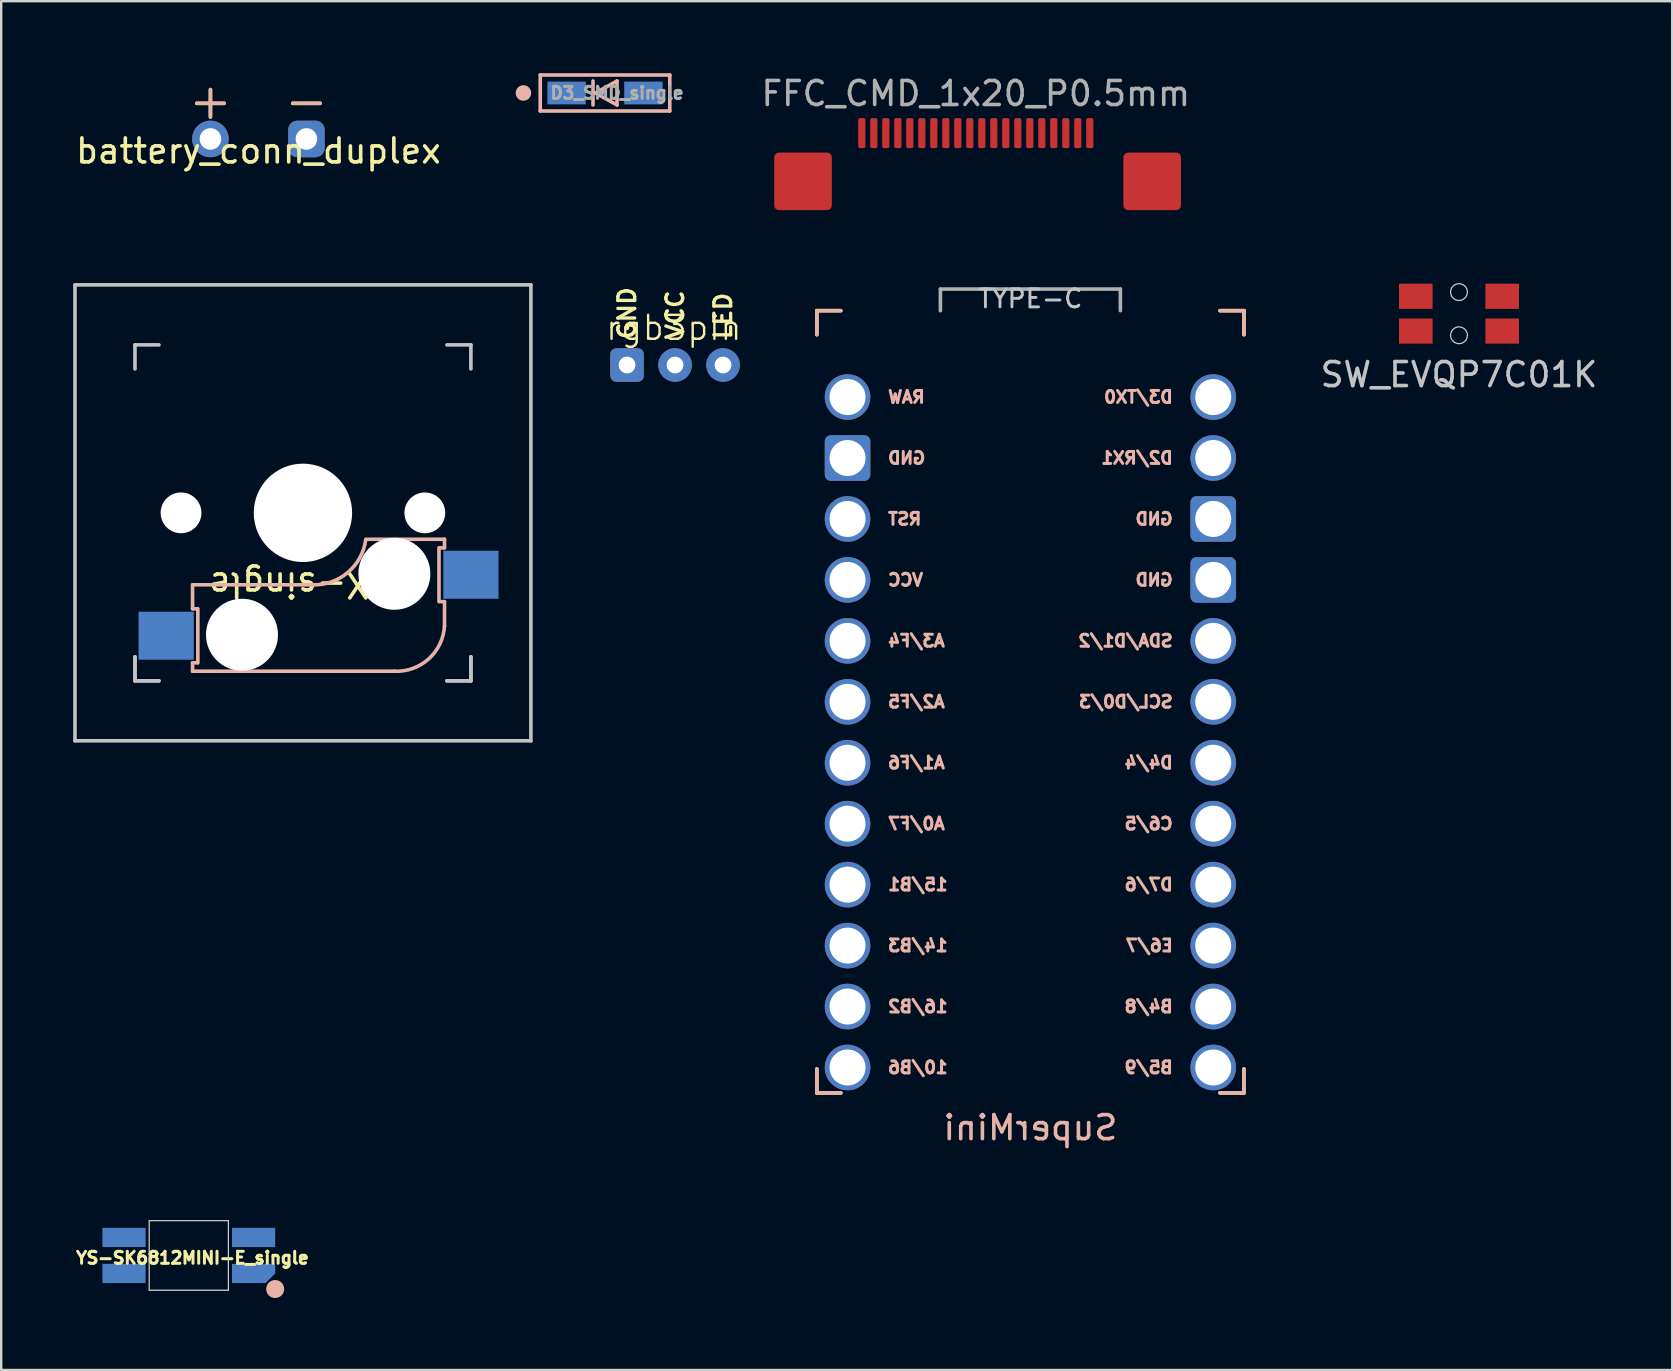
<source format=kicad_pcb>
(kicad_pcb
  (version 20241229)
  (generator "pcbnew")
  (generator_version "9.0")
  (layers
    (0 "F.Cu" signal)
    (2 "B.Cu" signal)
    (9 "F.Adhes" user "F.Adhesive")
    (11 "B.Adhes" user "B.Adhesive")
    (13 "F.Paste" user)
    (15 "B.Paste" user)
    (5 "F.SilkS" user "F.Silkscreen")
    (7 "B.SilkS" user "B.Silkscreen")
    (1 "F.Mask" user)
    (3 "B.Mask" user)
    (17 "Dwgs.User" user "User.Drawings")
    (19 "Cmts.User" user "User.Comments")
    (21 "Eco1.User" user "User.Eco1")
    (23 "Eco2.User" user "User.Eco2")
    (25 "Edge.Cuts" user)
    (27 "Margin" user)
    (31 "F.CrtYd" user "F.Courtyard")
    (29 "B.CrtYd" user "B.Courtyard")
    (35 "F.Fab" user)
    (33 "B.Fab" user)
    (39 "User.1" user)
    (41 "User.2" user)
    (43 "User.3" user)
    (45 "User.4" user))
  (footprint "YS-SK6812MINI-E_single"
    (layer "F.Cu")
    (at 4.818 49.271)
    (property "Reference" "YS-SK6812MINI-E_single" (at 0.152 0.102 180) (layer "F.SilkS") (effects (font (size 0.5 0.5) (thickness 0.125))))
    (attr smd)
    (fp_circle (center 3.6 1.4) (end 3.9 1.4) (stroke (width 0.15) (type solid)) (fill yes) (layer "B.SilkS"))
    (fp_line (start -1.65 -1.45) (end -1.65 1.45) (stroke (width 0.05) (type solid)) (layer "Edge.Cuts"))
    (fp_line (start -1.65 1.45) (end 1.65 1.45) (stroke (width 0.05) (type solid)) (layer "Edge.Cuts"))
    (fp_line (start 1.65 -1.45) (end -1.65 -1.45) (stroke (width 0.05) (type solid)) (layer "Edge.Cuts"))
    (fp_line (start 1.65 1.45) (end 1.65 -1.45) (stroke (width 0.05) (type solid)) (layer "Edge.Cuts"))
    (pad "1" smd rect (at -2.7 -0.75) (size 1.8 0.8) (layers "B.Cu" "B.Mask" "B.Paste"))
    (pad "2" smd rect (at -2.7 0.75) (size 1.8 0.8) (layers "B.Cu" "B.Mask" "B.Paste"))
    (pad "3" smd roundrect (at 2.7 0.75) (size 1.8 0.8) (layers "B.Cu" "B.Paste") (roundrect_rratio 0) (chamfer_ratio 0.5) (chamfer bottom_right))
    (pad "4" smd rect (at 2.7 -0.75) (size 1.8 0.8) (layers "B.Cu" "B.Mask" "B.Paste")))
  (footprint "MX-single"
    (layer "F.Cu")
    (at 9.575 18.323)
    (property "Reference" "MX-single" (at 0 3 180) (unlocked yes) (layer "F.SilkS") (effects (font (size 1 1) (thickness 0.15))))
    (attr through_hole)
    (fp_line (start -4.6 3) (end -4.6 4) (stroke (width 0.15) (type solid)) (layer "B.SilkS"))
    (fp_line (start -4.6 4) (end -4.4 4) (stroke (width 0.15) (type solid)) (layer "B.SilkS"))
    (fp_line (start -4.6 6.25) (end -4.6 6.6) (stroke (width 0.15) (type solid)) (layer "B.SilkS"))
    (fp_line (start -4.6 6.6) (end 3.8 6.6) (stroke (width 0.15) (type solid)) (layer "B.SilkS"))
    (fp_line (start -4.4 6.25) (end -4.6 6.25) (stroke (width 0.15) (type solid)) (layer "B.SilkS"))
    (fp_line (start -4.38 4) (end -4.38 6.25) (stroke (width 0.15) (type solid)) (layer "B.SilkS"))
    (fp_line (start 0.4 3) (end -4.6 3) (stroke (width 0.15) (type solid)) (layer "B.SilkS"))
    (fp_line (start 5.67 3.7) (end 5.67 1.46) (stroke (width 0.15) (type solid)) (layer "B.SilkS"))
    (fp_line (start 5.7 1.46) (end 5.9 1.46) (stroke (width 0.15) (type solid)) (layer "B.SilkS"))
    (fp_line (start 5.9 1.1) (end 2.62 1.1) (stroke (width 0.15) (type solid)) (layer "B.SilkS"))
    (fp_line (start 5.9 1.1) (end 5.9 1.46) (stroke (width 0.15) (type solid)) (layer "B.SilkS"))
    (fp_line (start 5.9 3.7) (end 5.7 3.7) (stroke (width 0.15) (type solid)) (layer "B.SilkS"))
    (fp_line (start 5.9 4.7) (end 5.9 3.7) (stroke (width 0.15) (type solid)) (layer "B.SilkS"))
    (fp_arc (start 2.616318 1.121471) (mid 1.868709 2.486118) (end 0.4 3) (stroke (width 0.15) (type solid)) (layer "B.SilkS"))
    (fp_arc (start 5.9 4.699999) (mid 5.243504 6.084924) (end 3.800001 6.6) (stroke (width 0.15) (type solid)) (layer "B.SilkS"))
    (fp_line (start -9.5 -9.5) (end 9.5 -9.5) (stroke (width 0.15) (type solid)) (layer "Dwgs.User"))
    (fp_line (start -9.5 9.5) (end -9.5 -9.5) (stroke (width 0.15) (type solid)) (layer "Dwgs.User"))
    (fp_line (start -7 -7) (end -6 -7) (stroke (width 0.15) (type solid)) (layer "Dwgs.User"))
    (fp_line (start -7 -6) (end -7 -7) (stroke (width 0.15) (type solid)) (layer "Dwgs.User"))
    (fp_line (start -7 6) (end -7 7) (stroke (width 0.15) (type solid)) (layer "Dwgs.User"))
    (fp_line (start -7 7) (end -7 6) (stroke (width 0.15) (type solid)) (layer "Dwgs.User"))
    (fp_line (start -7 7) (end -6 7) (stroke (width 0.15) (type solid)) (layer "Dwgs.User"))
    (fp_line (start -7 7) (end -6 7) (stroke (width 0.15) (type solid)) (layer "Dwgs.User"))
    (fp_line (start 6 7) (end 7 7) (stroke (width 0.15) (type solid)) (layer "Dwgs.User"))
    (fp_line (start 7 -7) (end 6 -7) (stroke (width 0.15) (type solid)) (layer "Dwgs.User"))
    (fp_line (start 7 -7) (end 7 -6) (stroke (width 0.15) (type solid)) (layer "Dwgs.User"))
    (fp_line (start 7 6) (end 7 7) (stroke (width 0.15) (type solid)) (layer "Dwgs.User"))
    (fp_line (start 7 7) (end 6 7) (stroke (width 0.15) (type solid)) (layer "Dwgs.User"))
    (fp_line (start 7 7) (end 7 6) (stroke (width 0.15) (type solid)) (layer "Dwgs.User"))
    (fp_line (start 9.5 -9.5) (end 9.5 9.5) (stroke (width 0.15) (type solid)) (layer "Dwgs.User"))
    (fp_line (start 9.5 9.5) (end -9.5 9.5) (stroke (width 0.15) (type solid)) (layer "Dwgs.User"))
    (fp_line (start -5.7 5.12) (end -7.2 5.12) (stroke (width 0.2) (type solid)) (layer "User.1"))
    (fp_line (start 0 0) (end 0 -5.08) (stroke (width 0.1) (type solid)) (layer "User.1"))
    (fp_line (start 0 0) (end 0 8.2) (stroke (width 0.1) (type solid)) (layer "User.1"))
    (fp_line (start 9.5 0) (end 7 2.58) (stroke (width 0.1) (type default)) (layer "User.1"))
    (pad "" np_thru_hole circle (at -5.08 0) (size 1.7 1.7) (drill 1.9) (layers "*.Cu" "*.Mask"))
    (pad "" np_thru_hole circle (at -2.54 5.08) (size 3 3) (drill 3) (layers "*.Cu" "*.Mask"))
    (pad "" np_thru_hole circle (at 0 0 270) (size 4.1 4.1) (drill 4.1) (layers "*.Cu" "*.Mask"))
    (pad "" np_thru_hole circle (at 3.81 2.54) (size 3 3) (drill 3) (layers "*.Cu" "*.Mask"))
    (pad "" np_thru_hole circle (at 5.08 0) (size 1.7 1.7) (drill 1.7) (layers "*.Cu" "*.Mask"))
    (pad "1" smd rect (at -5.7 5.12) (size 2.3 2) (layers "B.Cu" "B.Mask" "B.Paste"))
    (pad "2" smd rect (at 7 2.58) (size 2.3 2) (layers "B.Cu" "B.Mask" "B.Paste")))
  (footprint "rgb3pin"
    (layer "F.Cu")
    (at 25.083 12.162)
    (property "Reference" "rgb3pin" (at -0.05 -1.55 0) (unlocked yes) (layer "F.SilkS") (effects (font (size 1 1) (thickness 0.1))))
    (attr through_hole)
    (fp_text user "GND" (at -2 -1 90) (unlocked yes) (layer "F.SilkS") (effects (font (size 0.7 0.7) (thickness 0.14) (bold yes)) (justify left)))
    (fp_text user "LED" (at 2 -1 90) (unlocked yes) (layer "F.SilkS") (effects (font (size 0.7 0.7) (thickness 0.14) (bold yes)) (justify left)))
    (fp_text user "VCC" (at 0 -1 90) (unlocked yes) (layer "F.SilkS") (effects (font (size 0.7 0.7) (thickness 0.14) (bold yes)) (justify left)))
    (pad "1" thru_hole roundrect (at -2 0) (size 1.4 1.4) (drill 0.7) (layers "*.Cu" "*.Paste" "*.Mask") (roundrect_rratio 0.179))
    (pad "2" thru_hole circle (at 0 0) (size 1.4 1.4) (drill 0.7) (layers "*.Cu" "*.Paste" "*.Mask"))
    (pad "3" thru_hole circle (at 2 0) (size 1.4 1.4) (drill 0.7) (layers "*.Cu" "*.Paste" "*.Mask")))
  (footprint "FFC_CMD_1x20_P0.5mm"
    (layer "F.Cu")
    (at 37.617 5.498)
    (property "Reference" "FFC_CMD_1x20_P0.5mm" (at 0 -4.65 0) (layer "F.Fab") (effects (font (size 1 1) (thickness 0.15))))
    (attr smd)
    (pad "" smd roundrect (at -7.2 -0.99) (size 2.4 2.4) (layers "F.Cu" "F.Mask" "F.Paste") (roundrect_rratio 0.083))
    (pad "" smd roundrect (at 7.35 -0.99) (size 2.4 2.4) (layers "F.Cu" "F.Mask" "F.Paste") (roundrect_rratio 0.083))
    (pad "1" smd roundrect (at -4.75 -3) (size 0.3 1.25) (layers "F.Cu" "F.Mask" "F.Paste") (roundrect_rratio 0.25))
    (pad "2" smd roundrect (at -4.25 -3) (size 0.3 1.25) (layers "F.Cu" "F.Mask" "F.Paste") (roundrect_rratio 0.25))
    (pad "3" smd roundrect (at -3.75 -3) (size 0.3 1.25) (layers "F.Cu" "F.Mask" "F.Paste") (roundrect_rratio 0.25))
    (pad "4" smd roundrect (at -3.25 -3) (size 0.3 1.25) (layers "F.Cu" "F.Mask" "F.Paste") (roundrect_rratio 0.25))
    (pad "5" smd roundrect (at -2.75 -3) (size 0.3 1.25) (layers "F.Cu" "F.Mask" "F.Paste") (roundrect_rratio 0.25))
    (pad "6" smd roundrect (at -2.25 -3) (size 0.3 1.25) (layers "F.Cu" "F.Mask" "F.Paste") (roundrect_rratio 0.25))
    (pad "7" smd roundrect (at -1.75 -3) (size 0.3 1.25) (layers "F.Cu" "F.Mask" "F.Paste") (roundrect_rratio 0.25))
    (pad "8" smd roundrect (at -1.25 -3) (size 0.3 1.25) (layers "F.Cu" "F.Mask" "F.Paste") (roundrect_rratio 0.25))
    (pad "9" smd roundrect (at -0.75 -3) (size 0.3 1.25) (layers "F.Cu" "F.Mask" "F.Paste") (roundrect_rratio 0.25))
    (pad "10" smd roundrect (at -0.25 -3) (size 0.3 1.25) (layers "F.Cu" "F.Mask" "F.Paste") (roundrect_rratio 0.25))
    (pad "11" smd roundrect (at 0.25 -3) (size 0.3 1.25) (layers "F.Cu" "F.Mask" "F.Paste") (roundrect_rratio 0.25))
    (pad "12" smd roundrect (at 0.75 -3) (size 0.3 1.25) (layers "F.Cu" "F.Mask" "F.Paste") (roundrect_rratio 0.25))
    (pad "13" smd roundrect (at 1.25 -3) (size 0.3 1.25) (layers "F.Cu" "F.Mask" "F.Paste") (roundrect_rratio 0.25))
    (pad "14" smd roundrect (at 1.75 -3) (size 0.3 1.25) (layers "F.Cu" "F.Mask" "F.Paste") (roundrect_rratio 0.25))
    (pad "15" smd roundrect (at 2.25 -3) (size 0.3 1.25) (layers "F.Cu" "F.Mask" "F.Paste") (roundrect_rratio 0.25))
    (pad "16" smd roundrect (at 2.75 -3) (size 0.3 1.25) (layers "F.Cu" "F.Mask" "F.Paste") (roundrect_rratio 0.25))
    (pad "17" smd roundrect (at 3.25 -3) (size 0.3 1.25) (layers "F.Cu" "F.Mask" "F.Paste") (roundrect_rratio 0.25))
    (pad "18" smd roundrect (at 3.75 -3) (size 0.3 1.25) (layers "F.Cu" "F.Mask" "F.Paste") (roundrect_rratio 0.25))
    (pad "19" smd roundrect (at 4.25 -3) (size 0.3 1.25) (layers "F.Cu" "F.Mask" "F.Paste") (roundrect_rratio 0.25))
    (pad "20" smd roundrect (at 4.75 -3) (size 0.3 1.25) (layers "F.Cu" "F.Mask" "F.Paste") (roundrect_rratio 0.25)))
  (footprint "SW_EVQP7C01K"
    (layer "F.Cu")
    (at 57.754 10.023)
    (property "Reference" "SW_EVQP7C01K" (at 0 2.54 0) (layer "Dwgs.User") (effects (font (size 1 1) (thickness 0.15))))
    (attr through_hole)
    (fp_circle (center 0 -0.9) (end 0.35 -0.9) (stroke (width 0.05) (type solid)) (fill no) (layer "Edge.Cuts"))
    (fp_circle (center 0 0.9) (end 0.35 0.9) (stroke (width 0.05) (type solid)) (fill no) (layer "Edge.Cuts"))
    (pad "1" smd rect (at -1.8 -0.725) (size 1.4 1.05) (layers "F.Cu" "F.Mask" "F.Paste"))
    (pad "1" smd rect (at 1.8 -0.725) (size 1.4 1.05) (layers "F.Cu" "F.Mask" "F.Paste"))
    (pad "2" smd rect (at -1.8 0.725) (size 1.4 1.05) (layers "F.Cu" "F.Mask" "F.Paste"))
    (pad "2" smd rect (at 1.8 0.725) (size 1.4 1.05) (layers "F.Cu" "F.Mask" "F.Paste")))
  (footprint "SuperMini"
    (layer "F.Cu")
    (at 39.892 26.198)
    (property "Reference" "SuperMini" (at 0 17.75 0) (layer "B.SilkS") (effects (font (size 1 1) (thickness 0.15)) (justify mirror)))
    (fp_line (start -8.9 -16.3) (end -8.9 -15.3) (stroke (width 0.15) (type solid)) (layer "F.SilkS"))
    (fp_line (start -8.9 -16.3) (end -7.9 -16.3) (stroke (width 0.15) (type solid)) (layer "F.SilkS"))
    (fp_line (start -8.9 15.3) (end -8.9 16.3) (stroke (width 0.15) (type solid)) (layer "F.SilkS"))
    (fp_line (start -8.9 16.3) (end -7.9 16.3) (stroke (width 0.15) (type solid)) (layer "F.SilkS"))
    (fp_line (start 8.9 -16.3) (end 7.9 -16.3) (stroke (width 0.15) (type solid)) (layer "F.SilkS"))
    (fp_line (start 8.9 -16.3) (end 8.9 -15.3) (stroke (width 0.15) (type solid)) (layer "F.SilkS"))
    (fp_line (start 8.9 15.3) (end 8.9 16.3) (stroke (width 0.15) (type solid)) (layer "F.SilkS"))
    (fp_line (start 8.9 16.3) (end 7.9 16.3) (stroke (width 0.15) (type solid)) (layer "F.SilkS"))
    (fp_line (start -8.9 -16.3) (end -8.9 -15.3) (stroke (width 0.15) (type solid)) (layer "B.SilkS"))
    (fp_line (start -8.9 -16.3) (end -7.9 -16.3) (stroke (width 0.15) (type solid)) (layer "B.SilkS"))
    (fp_line (start -8.9 15.3) (end -8.9 16.3) (stroke (width 0.15) (type solid)) (layer "B.SilkS"))
    (fp_line (start -8.9 16.3) (end -7.9 16.3) (stroke (width 0.15) (type solid)) (layer "B.SilkS"))
    (fp_line (start 8.9 -16.3) (end 7.9 -16.3) (stroke (width 0.15) (type solid)) (layer "B.SilkS"))
    (fp_line (start 8.9 -16.3) (end 8.9 -15.3) (stroke (width 0.15) (type solid)) (layer "B.SilkS"))
    (fp_line (start 8.9 15.3) (end 8.9 16.3) (stroke (width 0.15) (type solid)) (layer "B.SilkS"))
    (fp_line (start 8.9 16.3) (end 7.9 16.3) (stroke (width 0.15) (type solid)) (layer "B.SilkS"))
    (fp_line (start -8.9 -16.3) (end -3.75 -16.3) (stroke (width 0.15) (type solid)) (layer "Eco1.User"))
    (fp_line (start -8.9 16.3) (end -8.9 -16.3) (stroke (width 0.15) (type solid)) (layer "Eco1.User"))
    (fp_line (start -8.9 16.3) (end 8.9 16.3) (stroke (width 0.15) (type solid)) (layer "Eco1.User"))
    (fp_line (start -3.75 -16.3) (end 3.75 -16.3) (stroke (width 0.15) (type solid)) (layer "Eco1.User"))
    (fp_line (start 3.75 -16.3) (end 8.9 -16.3) (stroke (width 0.15) (type solid)) (layer "Eco1.User"))
    (fp_line (start 8.9 -16.3) (end 8.9 16.3) (stroke (width 0.15) (type solid)) (layer "Eco1.User"))
    (fp_line (start -3.75 -17.2) (end -3.75 -16.3) (stroke (width 0.15) (type solid)) (layer "F.Fab"))
    (fp_line (start -3.75 -17.2) (end 3.75 -17.2) (stroke (width 0.15) (type solid)) (layer "F.Fab"))
    (fp_line (start 3.75 -17.2) (end 3.75 -16.3) (stroke (width 0.15) (type solid)) (layer "F.Fab"))
    (fp_text user "VCC" (at -6 -5.08 0) (unlocked yes) (layer "B.SilkS") (effects (font (size 0.5 0.5) (thickness 0.125)) (justify right mirror)))
    (fp_text user "15/B1" (at -6 7.62 0) (unlocked yes) (layer "B.SilkS") (effects (font (size 0.5 0.5) (thickness 0.125)) (justify right mirror)))
    (fp_text user "E6/7" (at 6 10.16 0) (unlocked yes) (layer "B.SilkS") (effects (font (size 0.5 0.5) (thickness 0.125)) (justify left mirror)))
    (fp_text user "10/B6" (at -6 15.24 0) (unlocked yes) (layer "B.SilkS") (effects (font (size 0.5 0.5) (thickness 0.125)) (justify right mirror)))
    (fp_text user "14/B3" (at -6 10.16 0) (unlocked yes) (layer "B.SilkS") (effects (font (size 0.5 0.5) (thickness 0.125)) (justify right mirror)))
    (fp_text user "B5/9" (at 6 15.24 0) (unlocked yes) (layer "B.SilkS") (effects (font (size 0.5 0.5) (thickness 0.125)) (justify left mirror)))
    (fp_text user "GND" (at 6 -5.08 0) (unlocked yes) (layer "B.SilkS") (effects (font (size 0.5 0.5) (thickness 0.125)) (justify left mirror)))
    (fp_text user "RAW" (at -6 -12.7 0) (unlocked yes) (layer "B.SilkS") (effects (font (size 0.5 0.5) (thickness 0.125)) (justify right mirror)))
    (fp_text user "RST" (at -6 -7.62 0) (unlocked yes) (layer "B.SilkS") (effects (font (size 0.5 0.5) (thickness 0.125)) (justify right mirror)))
    (fp_text user "SDA/D1/2" (at 6 -2.54 0) (unlocked yes) (layer "B.SilkS") (effects (font (size 0.5 0.5) (thickness 0.125)) (justify left mirror)))
    (fp_text user "A3/F4" (at -6 -2.54 0) (unlocked yes) (layer "B.SilkS") (effects (font (size 0.5 0.5) (thickness 0.125)) (justify right mirror)))
    (fp_text user "SCL/D0/3" (at 6 0 0) (unlocked yes) (layer "B.SilkS") (effects (font (size 0.5 0.5) (thickness 0.125)) (justify left mirror)))
    (fp_text user "D7/6" (at 6 7.62 0) (unlocked yes) (layer "B.SilkS") (effects (font (size 0.5 0.5) (thickness 0.125)) (justify left mirror)))
    (fp_text user "A1/F6" (at -6 2.54 0) (unlocked yes) (layer "B.SilkS") (effects (font (size 0.5 0.5) (thickness 0.125)) (justify right mirror)))
    (fp_text user "GND" (at -6 -10.16 0) (unlocked yes) (layer "B.SilkS") (effects (font (size 0.5 0.5) (thickness 0.125)) (justify right mirror)))
    (fp_text user "A0/F7" (at -6 5.08 0) (unlocked yes) (layer "B.SilkS") (effects (font (size 0.5 0.5) (thickness 0.125)) (justify right mirror)))
    (fp_text user "GND" (at 6 -7.62 0) (unlocked yes) (layer "B.SilkS") (effects (font (size 0.5 0.5) (thickness 0.125)) (justify left mirror)))
    (fp_text user "16/B2" (at -6 12.7 0) (unlocked yes) (layer "B.SilkS") (effects (font (size 0.5 0.5) (thickness 0.125)) (justify right mirror)))
    (fp_text user "B4/8" (at 6 12.7 0) (unlocked yes) (layer "B.SilkS") (effects (font (size 0.5 0.5) (thickness 0.125)) (justify left mirror)))
    (fp_text user "A2/F5" (at -6 0 0) (unlocked yes) (layer "B.SilkS") (effects (font (size 0.5 0.5) (thickness 0.125)) (justify right mirror)))
    (fp_text user "D3/TX0" (at 6 -12.7 0) (unlocked yes) (layer "B.SilkS") (effects (font (size 0.5 0.5) (thickness 0.125)) (justify left mirror)))
    (fp_text user "D2/RX1" (at 6 -10.16 0) (unlocked yes) (layer "B.SilkS") (effects (font (size 0.5 0.5) (thickness 0.125)) (justify left mirror)))
    (fp_text user "C6/5" (at 6 5.08 0) (unlocked yes) (layer "B.SilkS") (effects (font (size 0.5 0.5) (thickness 0.125)) (justify left mirror)))
    (fp_text user "D4/4" (at 6 2.54 0) (unlocked yes) (layer "B.SilkS") (effects (font (size 0.5 0.5) (thickness 0.125)) (justify left mirror)))
    (fp_text user "TYPE-C" (at 0 -16.8 0) (layer "Dwgs.User") (effects (font (size 0.75 0.75) (thickness 0.12))))
    (pad "1" thru_hole oval (at 7.62 -12.7) (size 1.9 1.9) (drill 1.5) (layers "*.Cu" "*.Paste" "*.Mask"))
    (pad "2" thru_hole oval (at 7.62 -10.16) (size 1.9 1.9) (drill 1.5) (layers "*.Cu" "*.Paste" "*.Mask"))
    (pad "3" thru_hole roundrect (at 7.62 -7.62) (size 1.9 1.9) (drill 1.5) (layers "*.Cu" "*.Paste" "*.Mask") (roundrect_rratio 0.132))
    (pad "4" thru_hole roundrect (at 7.62 -5.08) (size 1.9 1.9) (drill 1.5) (layers "*.Cu" "*.Paste" "*.Mask") (roundrect_rratio 0.132))
    (pad "5" thru_hole oval (at 7.62 -2.54) (size 1.9 1.9) (drill 1.5) (layers "*.Cu" "*.Paste" "*.Mask"))
    (pad "6" thru_hole oval (at 7.62 0) (size 1.9 1.9) (drill 1.5) (layers "*.Cu" "*.Paste" "*.Mask"))
    (pad "7" thru_hole oval (at 7.62 2.54) (size 1.9 1.9) (drill 1.5) (layers "*.Cu" "*.Paste" "*.Mask"))
    (pad "8" thru_hole oval (at 7.62 5.08) (size 1.9 1.9) (drill 1.5) (layers "*.Cu" "*.Paste" "*.Mask"))
    (pad "9" thru_hole oval (at 7.62 7.62) (size 1.9 1.9) (drill 1.5) (layers "*.Cu" "*.Paste" "*.Mask"))
    (pad "10" thru_hole oval (at 7.62 10.16) (size 1.9 1.9) (drill 1.5) (layers "*.Cu" "*.Paste" "*.Mask"))
    (pad "11" thru_hole oval (at 7.62 12.7) (size 1.9 1.9) (drill 1.5) (layers "*.Cu" "*.Paste" "*.Mask"))
    (pad "12" thru_hole oval (at 7.62 15.24) (size 1.9 1.9) (drill 1.5) (layers "*.Cu" "*.Paste" "*.Mask"))
    (pad "13" thru_hole oval (at -7.62 15.24) (size 1.9 1.9) (drill 1.5) (layers "*.Cu" "*.Paste" "*.Mask"))
    (pad "14" thru_hole oval (at -7.62 12.7) (size 1.9 1.9) (drill 1.5) (layers "*.Cu" "*.Paste" "*.Mask"))
    (pad "15" thru_hole oval (at -7.62 10.16) (size 1.9 1.9) (drill 1.5) (layers "*.Cu" "*.Paste" "*.Mask"))
    (pad "16" thru_hole oval (at -7.62 7.62) (size 1.9 1.9) (drill 1.5) (layers "*.Cu" "*.Paste" "*.Mask"))
    (pad "17" thru_hole oval (at -7.62 5.08) (size 1.9 1.9) (drill 1.5) (layers "*.Cu" "*.Paste" "*.Mask"))
    (pad "18" thru_hole oval (at -7.62 2.54) (size 1.9 1.9) (drill 1.5) (layers "*.Cu" "*.Paste" "*.Mask"))
    (pad "19" thru_hole oval (at -7.62 0) (size 1.9 1.9) (drill 1.5) (layers "*.Cu" "*.Paste" "*.Mask"))
    (pad "20" thru_hole oval (at -7.62 -2.54) (size 1.9 1.9) (drill 1.5) (layers "*.Cu" "*.Paste" "*.Mask"))
    (pad "21" thru_hole oval (at -7.62 -5.08) (size 1.9 1.9) (drill 1.5) (layers "*.Cu" "*.Paste" "*.Mask"))
    (pad "22" thru_hole oval (at -7.62 -7.62) (size 1.9 1.9) (drill 1.5) (layers "*.Cu" "*.Paste" "*.Mask"))
    (pad "23" thru_hole roundrect (at -7.62 -10.16) (size 1.9 1.9) (drill 1.5) (layers "*.Cu" "*.Paste" "*.Mask") (roundrect_rratio 0.132))
    (pad "24" thru_hole oval (at -7.62 -12.7) (size 1.9 1.9) (drill 1.5) (layers "*.Cu" "*.Paste" "*.Mask")))
  (footprint "battery_conn_duplex"
    (layer "F.Cu")
    (at 7.72 2.741)
    (property "Reference" "battery_conn_duplex" (at 0 0.5 0) (layer "F.SilkS") (effects (font (size 1 1) (thickness 0.15))))
    (attr through_hole)
    (fp_text user "-" (at 2 -1.6 0) (layer "F.SilkS") (effects (font (size 1.5 1.5) (thickness 0.15))))
    (fp_text user "+" (at -2 -1.6 0) (layer "F.SilkS") (effects (font (size 1.5 1.5) (thickness 0.15))))
    (fp_text user "-" (at 2 -1.6 0) (layer "B.SilkS") (effects (font (size 1.5 1.5) (thickness 0.15)) (justify mirror)))
    (fp_text user "+" (at -2 -1.6 0) (layer "B.SilkS") (effects (font (size 1.5 1.5) (thickness 0.15)) (justify mirror)))
    (pad "1" thru_hole circle (at -2 0 90) (size 1.524 1.524) (drill 0.9) (layers "*.Cu" "*.Paste" "*.Mask"))
    (pad "2" thru_hole roundrect (at 2 0) (size 1.524 1.524) (drill 0.9) (layers "*.Cu" "*.Paste" "*.Mask") (roundrect_rratio 0.25)))
  (footprint "D3_SMD_single"
    (layer "F.Cu")
    (at 22.164 0.825)
    (property "Reference" "D3_SMD_single" (at 0.5 0 0) (layer "F.Fab") (effects (font (size 0.5 0.5) (thickness 0.125))))
    (attr smd)
    (fp_line (start -2.7 -0.75) (end -2.7 0.75) (stroke (width 0.15) (type solid)) (layer "B.SilkS"))
    (fp_line (start -2.7 0.75) (end 2.7 0.75) (stroke (width 0.15) (type solid)) (layer "B.SilkS"))
    (fp_line (start -0.5 -0.5) (end -0.5 0.5) (stroke (width 0.15) (type solid)) (layer "B.SilkS"))
    (fp_line (start -0.4 0) (end 0.5 -0.5) (stroke (width 0.15) (type solid)) (layer "B.SilkS"))
    (fp_line (start 0.5 -0.5) (end 0.5 0.5) (stroke (width 0.15) (type solid)) (layer "B.SilkS"))
    (fp_line (start 0.5 0.5) (end -0.4 0) (stroke (width 0.15) (type solid)) (layer "B.SilkS"))
    (fp_line (start 2.7 -0.75) (end -2.7 -0.75) (stroke (width 0.15) (type solid)) (layer "B.SilkS"))
    (fp_line (start 2.7 0.75) (end 2.7 -0.75) (stroke (width 0.15) (type solid)) (layer "B.SilkS"))
    (fp_circle (center -3.4 0) (end -3.3 0.2) (stroke (width 0.2) (type solid)) (fill yes) (layer "B.SilkS"))
    (pad "1" smd rect (at -1.6 0) (size 1.6 0.95) (layers "B.Cu" "B.Mask" "B.Paste"))
    (pad "2" smd rect (at 1.6 0) (size 1.6 0.95) (layers "B.Cu" "B.Mask" "B.Paste")))
  (gr_rect
    (start -3 -3)
    (end 66.64 54.046)
    (stroke (width 0.1) (type default))
    (fill no)
    (layer "Edge.Cuts")))
</source>
